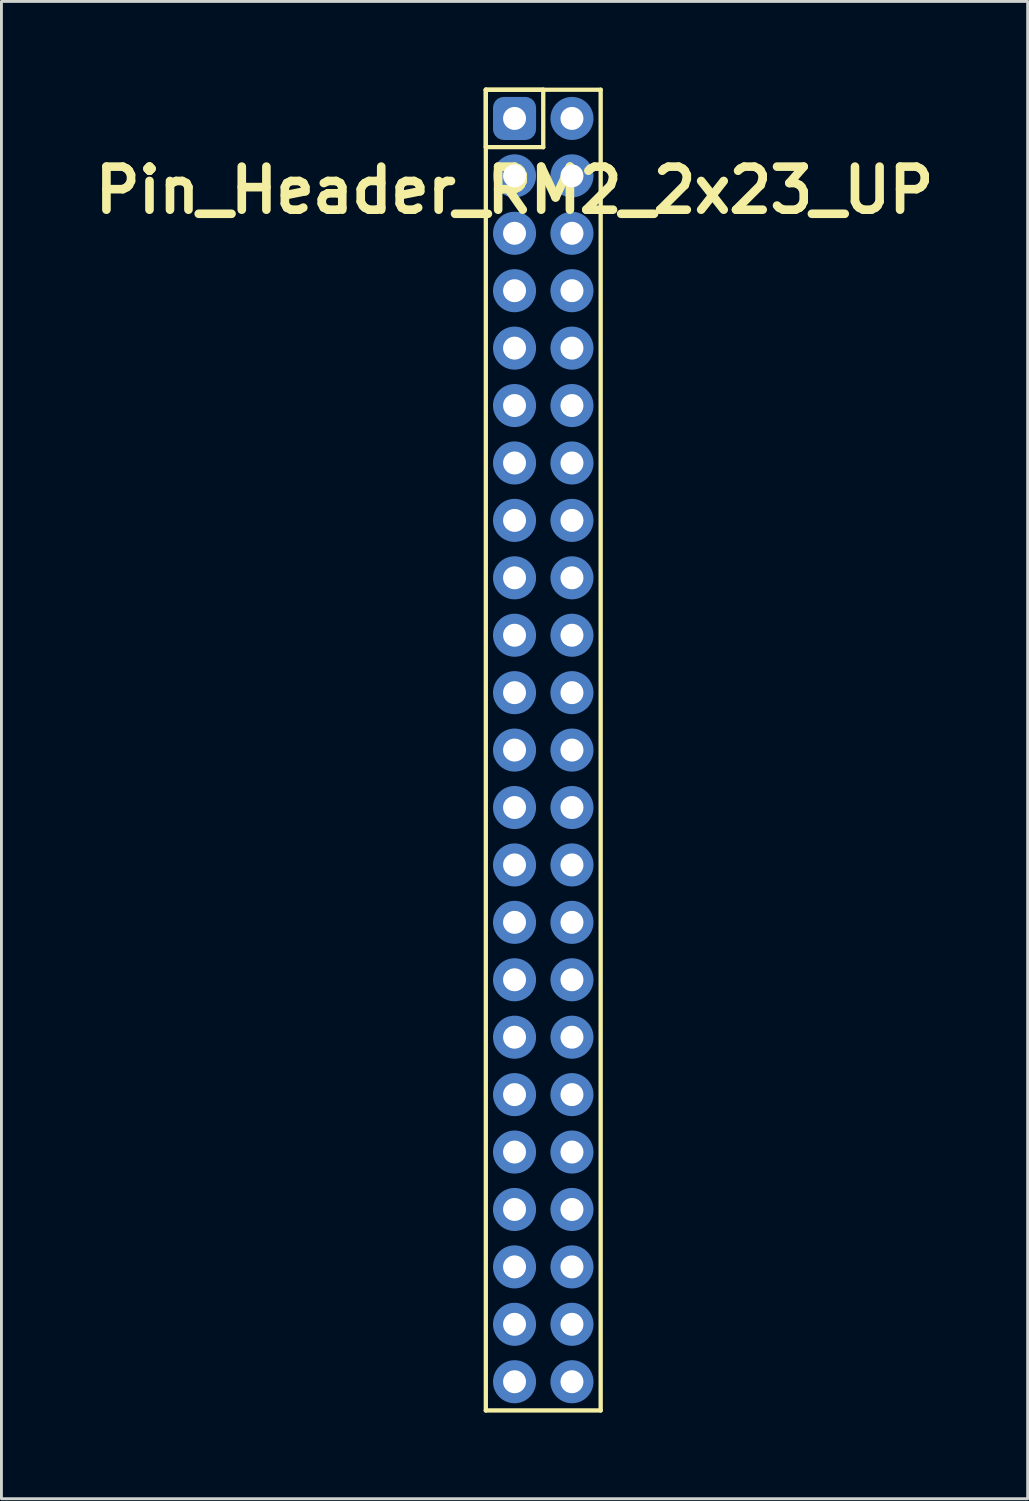
<source format=kicad_pcb>
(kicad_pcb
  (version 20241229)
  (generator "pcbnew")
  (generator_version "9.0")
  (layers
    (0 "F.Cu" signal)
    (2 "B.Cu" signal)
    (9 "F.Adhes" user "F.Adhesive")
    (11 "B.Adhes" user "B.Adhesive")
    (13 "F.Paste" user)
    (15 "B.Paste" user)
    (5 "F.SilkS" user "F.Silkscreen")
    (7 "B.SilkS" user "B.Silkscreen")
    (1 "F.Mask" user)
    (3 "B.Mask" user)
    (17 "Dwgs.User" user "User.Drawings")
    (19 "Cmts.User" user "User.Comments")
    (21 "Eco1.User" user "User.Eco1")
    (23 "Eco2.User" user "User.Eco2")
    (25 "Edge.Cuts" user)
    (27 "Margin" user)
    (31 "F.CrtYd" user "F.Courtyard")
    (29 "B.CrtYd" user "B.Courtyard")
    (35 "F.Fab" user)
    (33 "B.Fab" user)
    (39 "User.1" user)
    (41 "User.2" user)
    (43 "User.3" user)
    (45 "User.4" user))
  (footprint "Pin_Header_RM2_2x23_UP"
    (layer "F.Cu")
    (at 14.871 1.075)
    (property "Reference" "Pin_Header_RM2_2x23_UP" (at 0 2.5 0) (layer "F.SilkS") (effects (font (size 1.5 1.5) (thickness 0.3))))
    (attr through_hole)
    (fp_line (start -1 -1) (end 1 -1) (stroke (width 0.15) (type solid)) (layer "F.SilkS"))
    (fp_line (start -1 -1) (end 3 -1) (stroke (width 0.15) (type solid)) (layer "F.SilkS"))
    (fp_line (start -1 1) (end -1 -1) (stroke (width 0.15) (type solid)) (layer "F.SilkS"))
    (fp_line (start -1 45) (end -1 -1) (stroke (width 0.15) (type solid)) (layer "F.SilkS"))
    (fp_line (start 1 -1) (end 1 1) (stroke (width 0.15) (type solid)) (layer "F.SilkS"))
    (fp_line (start 1 1) (end -1 1) (stroke (width 0.15) (type solid)) (layer "F.SilkS"))
    (fp_line (start 3 -1) (end 3 45) (stroke (width 0.15) (type solid)) (layer "F.SilkS"))
    (fp_line (start 3 45) (end -1 45) (stroke (width 0.15) (type solid)) (layer "F.SilkS"))
    (pad "1" thru_hole circle (at 0 0) (size 1.1 1.1) (drill 0.8) (layers "*.Cu" "*.Mask"))
    (pad "1" smd roundrect (at 0 0) (size 1.25 1.25) (layers "F.Cu" "F.Mask") (roundrect_rratio 0.25))
    (pad "1" smd roundrect (at 0 0) (size 1.5 1.5) (layers "B.Cu" "B.Mask") (roundrect_rratio 0.25))
    (pad "2" thru_hole circle (at 2 0) (size 1.1 1.1) (drill 0.8) (layers "*.Cu" "*.Mask"))
    (pad "2" smd circle (at 2 0) (size 1.25 1.25) (layers "F.Cu" "F.Mask"))
    (pad "2" smd circle (at 2 0) (size 1.5 1.5) (layers "B.Cu" "B.Mask"))
    (pad "3" thru_hole circle (at 0 2) (size 1.1 1.1) (drill 0.8) (layers "*.Cu" "*.Mask"))
    (pad "3" smd circle (at 0 2) (size 1.25 1.25) (layers "F.Cu" "F.Mask"))
    (pad "3" smd circle (at 0 2) (size 1.5 1.5) (layers "B.Cu" "B.Mask"))
    (pad "4" thru_hole circle (at 2 2) (size 1.1 1.1) (drill 0.8) (layers "*.Cu" "*.Mask"))
    (pad "4" smd circle (at 2 2) (size 1.25 1.25) (layers "F.Cu" "F.Mask"))
    (pad "4" smd circle (at 2 2) (size 1.5 1.5) (layers "B.Cu" "B.Mask"))
    (pad "5" thru_hole circle (at 0 4) (size 1.1 1.1) (drill 0.8) (layers "*.Cu" "*.Mask"))
    (pad "5" smd circle (at 0 4) (size 1.25 1.25) (layers "F.Cu" "F.Mask"))
    (pad "5" smd circle (at 0 4) (size 1.5 1.5) (layers "B.Cu" "B.Mask"))
    (pad "6" thru_hole circle (at 2 4) (size 1.1 1.1) (drill 0.8) (layers "*.Cu" "*.Mask"))
    (pad "6" smd circle (at 2 4) (size 1.25 1.25) (layers "F.Cu" "F.Mask"))
    (pad "6" smd circle (at 2 4) (size 1.5 1.5) (layers "B.Cu" "B.Mask"))
    (pad "7" thru_hole circle (at 0 6) (size 1.1 1.1) (drill 0.8) (layers "*.Cu" "*.Mask"))
    (pad "7" smd circle (at 0 6) (size 1.25 1.25) (layers "F.Cu" "F.Mask"))
    (pad "7" smd circle (at 0 6) (size 1.5 1.5) (layers "B.Cu" "B.Mask"))
    (pad "8" thru_hole circle (at 2 6) (size 1.1 1.1) (drill 0.8) (layers "*.Cu" "*.Mask"))
    (pad "8" smd circle (at 2 6) (size 1.25 1.25) (layers "F.Cu" "F.Mask"))
    (pad "8" smd circle (at 2 6) (size 1.5 1.5) (layers "B.Cu" "B.Mask"))
    (pad "9" thru_hole circle (at 0 8) (size 1.1 1.1) (drill 0.8) (layers "*.Cu" "*.Mask"))
    (pad "9" smd circle (at 0 8) (size 1.25 1.25) (layers "F.Cu" "F.Mask"))
    (pad "9" smd circle (at 0 8) (size 1.5 1.5) (layers "B.Cu" "B.Mask"))
    (pad "10" thru_hole circle (at 2 8) (size 1.1 1.1) (drill 0.8) (layers "*.Cu" "*.Mask"))
    (pad "10" smd circle (at 2 8) (size 1.25 1.25) (layers "F.Cu" "F.Mask"))
    (pad "10" smd circle (at 2 8) (size 1.5 1.5) (layers "B.Cu" "B.Mask"))
    (pad "11" thru_hole circle (at 0 10) (size 1.1 1.1) (drill 0.8) (layers "*.Cu" "*.Mask"))
    (pad "11" smd circle (at 0 10) (size 1.25 1.25) (layers "F.Cu" "F.Mask"))
    (pad "11" smd circle (at 0 10) (size 1.5 1.5) (layers "B.Cu" "B.Mask"))
    (pad "12" thru_hole circle (at 2 10) (size 1.1 1.1) (drill 0.8) (layers "*.Cu" "*.Mask"))
    (pad "12" smd circle (at 2 10) (size 1.25 1.25) (layers "F.Cu" "F.Mask"))
    (pad "12" smd circle (at 2 10) (size 1.5 1.5) (layers "B.Cu" "B.Mask"))
    (pad "13" thru_hole circle (at 0 12) (size 1.1 1.1) (drill 0.8) (layers "*.Cu" "*.Mask"))
    (pad "13" smd circle (at 0 12) (size 1.25 1.25) (layers "F.Cu" "F.Mask"))
    (pad "13" smd circle (at 0 12) (size 1.5 1.5) (layers "B.Cu" "B.Mask"))
    (pad "14" thru_hole circle (at 2 12) (size 1.1 1.1) (drill 0.8) (layers "*.Cu" "*.Mask"))
    (pad "14" smd circle (at 2 12) (size 1.25 1.25) (layers "F.Cu" "F.Mask"))
    (pad "14" smd circle (at 2 12) (size 1.5 1.5) (layers "B.Cu" "B.Mask"))
    (pad "15" thru_hole circle (at 0 14) (size 1.1 1.1) (drill 0.8) (layers "*.Cu" "*.Mask"))
    (pad "15" smd circle (at 0 14) (size 1.25 1.25) (layers "F.Cu" "F.Mask"))
    (pad "15" smd circle (at 0 14) (size 1.5 1.5) (layers "B.Cu" "B.Mask"))
    (pad "16" thru_hole circle (at 2 14) (size 1.1 1.1) (drill 0.8) (layers "*.Cu" "*.Mask"))
    (pad "16" smd circle (at 2 14) (size 1.25 1.25) (layers "F.Cu" "F.Mask"))
    (pad "16" smd circle (at 2 14) (size 1.5 1.5) (layers "B.Cu" "B.Mask"))
    (pad "17" thru_hole circle (at 0 16) (size 1.1 1.1) (drill 0.8) (layers "*.Cu" "*.Mask"))
    (pad "17" smd circle (at 0 16) (size 1.25 1.25) (layers "F.Cu" "F.Mask"))
    (pad "17" smd circle (at 0 16) (size 1.5 1.5) (layers "B.Cu" "B.Mask"))
    (pad "18" thru_hole circle (at 2 16) (size 1.1 1.1) (drill 0.8) (layers "*.Cu" "*.Mask"))
    (pad "18" smd circle (at 2 16) (size 1.25 1.25) (layers "F.Cu" "F.Mask"))
    (pad "18" smd circle (at 2 16) (size 1.5 1.5) (layers "B.Cu" "B.Mask"))
    (pad "19" thru_hole circle (at 0 18) (size 1.1 1.1) (drill 0.8) (layers "*.Cu" "*.Mask"))
    (pad "19" smd circle (at 0 18) (size 1.25 1.25) (layers "F.Cu" "F.Mask"))
    (pad "19" smd circle (at 0 18) (size 1.5 1.5) (layers "B.Cu" "B.Mask"))
    (pad "20" thru_hole circle (at 2 18) (size 1.1 1.1) (drill 0.8) (layers "*.Cu" "*.Mask"))
    (pad "20" smd circle (at 2 18) (size 1.25 1.25) (layers "F.Cu" "F.Mask"))
    (pad "20" smd circle (at 2 18) (size 1.5 1.5) (layers "B.Cu" "B.Mask"))
    (pad "21" thru_hole circle (at 0 20) (size 1.1 1.1) (drill 0.8) (layers "*.Cu" "*.Mask"))
    (pad "21" smd circle (at 0 20) (size 1.25 1.25) (layers "F.Cu" "F.Mask"))
    (pad "21" smd circle (at 0 20) (size 1.5 1.5) (layers "B.Cu" "B.Mask"))
    (pad "22" thru_hole circle (at 2 20) (size 1.1 1.1) (drill 0.8) (layers "*.Cu" "*.Mask"))
    (pad "22" smd circle (at 2 20) (size 1.25 1.25) (layers "F.Cu" "F.Mask"))
    (pad "22" smd circle (at 2 20) (size 1.5 1.5) (layers "B.Cu" "B.Mask"))
    (pad "23" thru_hole circle (at 0 22) (size 1.1 1.1) (drill 0.8) (layers "*.Cu" "*.Mask"))
    (pad "23" smd circle (at 0 22) (size 1.25 1.25) (layers "F.Cu" "F.Mask"))
    (pad "23" smd circle (at 0 22) (size 1.5 1.5) (layers "B.Cu" "B.Mask"))
    (pad "24" thru_hole circle (at 2 22) (size 1.1 1.1) (drill 0.8) (layers "*.Cu" "*.Mask"))
    (pad "24" smd circle (at 2 22) (size 1.25 1.25) (layers "F.Cu" "F.Mask"))
    (pad "24" smd circle (at 2 22) (size 1.5 1.5) (layers "B.Cu" "B.Mask"))
    (pad "25" thru_hole circle (at 0 24) (size 1.1 1.1) (drill 0.8) (layers "*.Cu" "*.Mask"))
    (pad "25" smd circle (at 0 24) (size 1.25 1.25) (layers "F.Cu" "F.Mask"))
    (pad "25" smd circle (at 0 24) (size 1.5 1.5) (layers "B.Cu" "B.Mask"))
    (pad "26" thru_hole circle (at 2 24) (size 1.1 1.1) (drill 0.8) (layers "*.Cu" "*.Mask"))
    (pad "26" smd circle (at 2 24) (size 1.25 1.25) (layers "F.Cu" "F.Mask"))
    (pad "26" smd circle (at 2 24) (size 1.5 1.5) (layers "B.Cu" "B.Mask"))
    (pad "27" thru_hole circle (at 0 26) (size 1.1 1.1) (drill 0.8) (layers "*.Cu" "*.Mask"))
    (pad "27" smd circle (at 0 26) (size 1.25 1.25) (layers "F.Cu" "F.Mask"))
    (pad "27" smd circle (at 0 26) (size 1.5 1.5) (layers "B.Cu" "B.Mask"))
    (pad "28" thru_hole circle (at 2 26) (size 1.1 1.1) (drill 0.8) (layers "*.Cu" "*.Mask"))
    (pad "28" smd circle (at 2 26) (size 1.25 1.25) (layers "F.Cu" "F.Mask"))
    (pad "28" smd circle (at 2 26) (size 1.5 1.5) (layers "B.Cu" "B.Mask"))
    (pad "29" thru_hole circle (at 0 28) (size 1.1 1.1) (drill 0.8) (layers "*.Cu" "*.Mask"))
    (pad "29" smd circle (at 0 28) (size 1.25 1.25) (layers "F.Cu" "F.Mask"))
    (pad "29" smd circle (at 0 28) (size 1.5 1.5) (layers "B.Cu" "B.Mask"))
    (pad "30" thru_hole circle (at 2 28) (size 1.1 1.1) (drill 0.8) (layers "*.Cu" "*.Mask"))
    (pad "30" smd circle (at 2 28) (size 1.25 1.25) (layers "F.Cu" "F.Mask"))
    (pad "30" smd circle (at 2 28) (size 1.5 1.5) (layers "B.Cu" "B.Mask"))
    (pad "31" thru_hole circle (at 0 30) (size 1.1 1.1) (drill 0.8) (layers "*.Cu" "*.Mask"))
    (pad "31" smd circle (at 0 30) (size 1.25 1.25) (layers "F.Cu" "F.Mask"))
    (pad "31" smd circle (at 0 30) (size 1.5 1.5) (layers "B.Cu" "B.Mask"))
    (pad "32" thru_hole circle (at 2 30) (size 1.1 1.1) (drill 0.8) (layers "*.Cu" "*.Mask"))
    (pad "32" smd circle (at 2 30) (size 1.25 1.25) (layers "F.Cu" "F.Mask"))
    (pad "32" smd circle (at 2 30) (size 1.5 1.5) (layers "B.Cu" "B.Mask"))
    (pad "33" thru_hole circle (at 0 32) (size 1.1 1.1) (drill 0.8) (layers "*.Cu" "*.Mask"))
    (pad "33" smd circle (at 0 32) (size 1.25 1.25) (layers "F.Cu" "F.Mask"))
    (pad "33" smd circle (at 0 32) (size 1.5 1.5) (layers "B.Cu" "B.Mask"))
    (pad "34" thru_hole circle (at 2 32) (size 1.1 1.1) (drill 0.8) (layers "*.Cu" "*.Mask"))
    (pad "34" smd circle (at 2 32) (size 1.25 1.25) (layers "F.Cu" "F.Mask"))
    (pad "34" smd circle (at 2 32) (size 1.5 1.5) (layers "B.Cu" "B.Mask"))
    (pad "35" thru_hole circle (at 0 34) (size 1.1 1.1) (drill 0.8) (layers "*.Cu" "*.Mask"))
    (pad "35" smd circle (at 0 34) (size 1.25 1.25) (layers "F.Cu" "F.Mask"))
    (pad "35" smd circle (at 0 34) (size 1.5 1.5) (layers "B.Cu" "B.Mask"))
    (pad "36" thru_hole circle (at 2 34) (size 1.1 1.1) (drill 0.8) (layers "*.Cu" "*.Mask"))
    (pad "36" smd circle (at 2 34) (size 1.25 1.25) (layers "F.Cu" "F.Mask"))
    (pad "36" smd circle (at 2 34) (size 1.5 1.5) (layers "B.Cu" "B.Mask"))
    (pad "37" thru_hole circle (at 0 36) (size 1.1 1.1) (drill 0.8) (layers "*.Cu" "*.Mask"))
    (pad "37" smd circle (at 0 36) (size 1.25 1.25) (layers "F.Cu" "F.Mask"))
    (pad "37" smd circle (at 0 36) (size 1.5 1.5) (layers "B.Cu" "B.Mask"))
    (pad "38" thru_hole circle (at 2 36) (size 1.1 1.1) (drill 0.8) (layers "*.Cu" "*.Mask"))
    (pad "38" smd circle (at 2 36) (size 1.25 1.25) (layers "F.Cu" "F.Mask"))
    (pad "38" smd circle (at 2 36) (size 1.5 1.5) (layers "B.Cu" "B.Mask"))
    (pad "39" thru_hole circle (at 0 38) (size 1.1 1.1) (drill 0.8) (layers "*.Cu" "*.Mask"))
    (pad "39" smd circle (at 0 38) (size 1.25 1.25) (layers "F.Cu" "F.Mask"))
    (pad "39" smd circle (at 0 38) (size 1.5 1.5) (layers "B.Cu" "B.Mask"))
    (pad "40" thru_hole circle (at 2 38) (size 1.1 1.1) (drill 0.8) (layers "*.Cu" "*.Mask"))
    (pad "40" smd circle (at 2 38) (size 1.25 1.25) (layers "F.Cu" "F.Mask"))
    (pad "40" smd circle (at 2 38) (size 1.5 1.5) (layers "B.Cu" "B.Mask"))
    (pad "41" thru_hole circle (at 0 40) (size 1.1 1.1) (drill 0.8) (layers "*.Cu" "*.Mask"))
    (pad "41" smd circle (at 0 40) (size 1.25 1.25) (layers "F.Cu" "F.Mask"))
    (pad "41" smd circle (at 0 40) (size 1.5 1.5) (layers "B.Cu" "B.Mask"))
    (pad "42" thru_hole circle (at 2 40) (size 1.1 1.1) (drill 0.8) (layers "*.Cu" "*.Mask"))
    (pad "42" smd circle (at 2 40) (size 1.25 1.25) (layers "F.Cu" "F.Mask"))
    (pad "42" smd circle (at 2 40) (size 1.5 1.5) (layers "B.Cu" "B.Mask"))
    (pad "43" thru_hole circle (at 0 42) (size 1.1 1.1) (drill 0.8) (layers "*.Cu" "*.Mask"))
    (pad "43" smd circle (at 0 42) (size 1.25 1.25) (layers "F.Cu" "F.Mask"))
    (pad "43" smd circle (at 0 42) (size 1.5 1.5) (layers "B.Cu" "B.Mask"))
    (pad "44" thru_hole circle (at 2 42) (size 1.1 1.1) (drill 0.8) (layers "*.Cu" "*.Mask"))
    (pad "44" smd circle (at 2 42) (size 1.25 1.25) (layers "F.Cu" "F.Mask"))
    (pad "44" smd circle (at 2 42) (size 1.5 1.5) (layers "B.Cu" "B.Mask"))
    (pad "45" thru_hole circle (at 0 44) (size 1.1 1.1) (drill 0.8) (layers "*.Cu" "*.Mask"))
    (pad "45" smd circle (at 0 44) (size 1.25 1.25) (layers "F.Cu" "F.Mask"))
    (pad "45" smd circle (at 0 44) (size 1.5 1.5) (layers "B.Cu" "B.Mask"))
    (pad "46" thru_hole circle (at 2 44) (size 1.1 1.1) (drill 0.8) (layers "*.Cu" "*.Mask"))
    (pad "46" smd circle (at 2 44) (size 1.25 1.25) (layers "F.Cu" "F.Mask"))
    (pad "46" smd circle (at 2 44) (size 1.5 1.5) (layers "B.Cu" "B.Mask")))
  (gr_rect
    (start -3 -3)
    (end 32.743 49.15)
    (stroke (width 0.1) (type default))
    (fill no)
    (layer "Edge.Cuts")))
</source>
